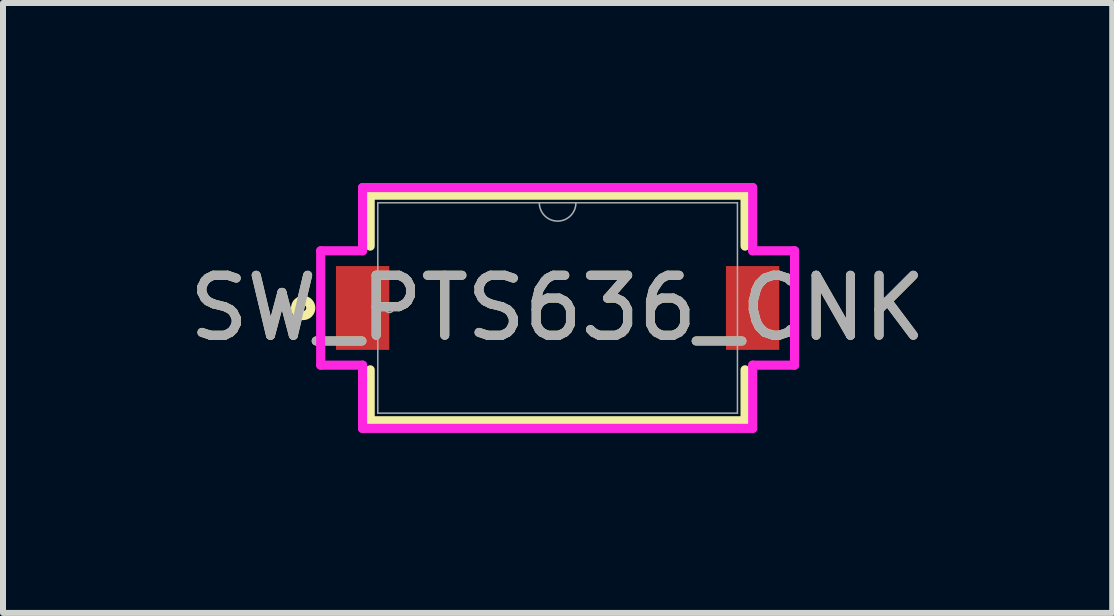
<source format=kicad_pcb>
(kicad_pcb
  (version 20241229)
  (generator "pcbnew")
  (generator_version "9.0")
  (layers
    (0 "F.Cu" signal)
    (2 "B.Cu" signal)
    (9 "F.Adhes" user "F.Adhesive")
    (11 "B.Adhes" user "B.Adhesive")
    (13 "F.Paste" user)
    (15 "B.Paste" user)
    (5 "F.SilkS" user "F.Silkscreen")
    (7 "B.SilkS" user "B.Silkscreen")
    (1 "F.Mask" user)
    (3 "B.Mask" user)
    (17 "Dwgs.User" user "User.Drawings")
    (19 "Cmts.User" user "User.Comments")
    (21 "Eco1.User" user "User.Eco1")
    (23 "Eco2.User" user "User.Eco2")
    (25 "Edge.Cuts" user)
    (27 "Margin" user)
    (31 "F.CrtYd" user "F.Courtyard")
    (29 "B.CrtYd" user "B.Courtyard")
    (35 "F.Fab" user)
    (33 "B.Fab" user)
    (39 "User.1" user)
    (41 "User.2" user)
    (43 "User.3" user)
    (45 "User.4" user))
  (footprint "SW_PTS636_CNK"
    (layer "F.Cu")
    (at 6.244 2.083)
    (property "Reference" "SW_PTS636_CNK" (at 0 0 0) (unlocked yes) (layer "F.SilkS") (effects (font (size 1 1) (thickness 0.15))))
    (attr smd)
    (fp_line (start -3.124 -1.88) (end -3.124 -1.031) (stroke (width 0.152) (type solid)) (layer "F.SilkS"))
    (fp_line (start -3.124 1.031) (end -3.124 1.88) (stroke (width 0.152) (type solid)) (layer "F.SilkS"))
    (fp_line (start -3.124 1.88) (end 3.124 1.88) (stroke (width 0.152) (type solid)) (layer "F.SilkS"))
    (fp_line (start 3.124 -1.88) (end -3.124 -1.88) (stroke (width 0.152) (type solid)) (layer "F.SilkS"))
    (fp_line (start 3.124 -1.031) (end 3.124 -1.88) (stroke (width 0.152) (type solid)) (layer "F.SilkS"))
    (fp_line (start 3.124 1.88) (end 3.124 1.031) (stroke (width 0.152) (type solid)) (layer "F.SilkS"))
    (fp_circle (center -4.241 0) (end -4.114 0) (stroke (width 0.152) (type solid)) (fill no) (layer "F.SilkS"))
    (fp_line (start -3.949 -0.953) (end -3.251 -0.953) (stroke (width 0.152) (type solid)) (layer "F.CrtYd"))
    (fp_line (start -3.949 0.953) (end -3.949 -0.953) (stroke (width 0.152) (type solid)) (layer "F.CrtYd"))
    (fp_line (start -3.949 0.953) (end -3.251 0.953) (stroke (width 0.152) (type solid)) (layer "F.CrtYd"))
    (fp_line (start -3.251 -2.007) (end 3.251 -2.007) (stroke (width 0.152) (type solid)) (layer "F.CrtYd"))
    (fp_line (start -3.251 -0.953) (end -3.251 -2.007) (stroke (width 0.152) (type solid)) (layer "F.CrtYd"))
    (fp_line (start -3.251 2.007) (end -3.251 0.953) (stroke (width 0.152) (type solid)) (layer "F.CrtYd"))
    (fp_line (start 3.251 -2.007) (end 3.251 -0.953) (stroke (width 0.152) (type solid)) (layer "F.CrtYd"))
    (fp_line (start 3.251 0.953) (end 3.251 2.007) (stroke (width 0.152) (type solid)) (layer "F.CrtYd"))
    (fp_line (start 3.251 2.007) (end -3.251 2.007) (stroke (width 0.152) (type solid)) (layer "F.CrtYd"))
    (fp_line (start 3.949 -0.953) (end 3.251 -0.953) (stroke (width 0.152) (type solid)) (layer "F.CrtYd"))
    (fp_line (start 3.949 -0.953) (end 3.949 0.953) (stroke (width 0.152) (type solid)) (layer "F.CrtYd"))
    (fp_line (start 3.949 0.953) (end 3.251 0.953) (stroke (width 0.152) (type solid)) (layer "F.CrtYd"))
    (fp_line (start -2.997 -1.753) (end -2.997 1.753) (stroke (width 0.025) (type solid)) (layer "F.Fab"))
    (fp_line (start -2.997 1.753) (end 2.997 1.753) (stroke (width 0.025) (type solid)) (layer "F.Fab"))
    (fp_line (start 2.997 -1.753) (end -2.997 -1.753) (stroke (width 0.025) (type solid)) (layer "F.Fab"))
    (fp_line (start 2.997 1.753) (end 2.997 -1.753) (stroke (width 0.025) (type solid)) (layer "F.Fab"))
    (fp_arc (start 0.3048 -1.7526) (mid 0 -1.4478) (end -0.3048 -1.7526) (stroke (width 0.0254) (type solid)) (layer "F.Fab"))
    (fp_circle (center -2.805 0) (end -2.729 0) (stroke (width 0.025) (type solid)) (fill no) (layer "F.Fab"))
    (fp_text user "${REFERENCE}" (at 0 0 0) (unlocked yes) (layer "F.Fab") (effects (font (size 1 1) (thickness 0.15))))
    (pad "1" smd rect (at -3.25 0) (size 0.889 1.397) (layers "F.Cu" "F.Mask" "F.Paste"))
    (pad "2" smd rect (at 3.25 0) (size 0.889 1.397) (layers "F.Cu" "F.Mask" "F.Paste")))
  (gr_rect
    (start -3 -3)
    (end 15.488 7.166)
    (stroke (width 0.1) (type default))
    (fill no)
    (layer "Edge.Cuts")))
</source>
